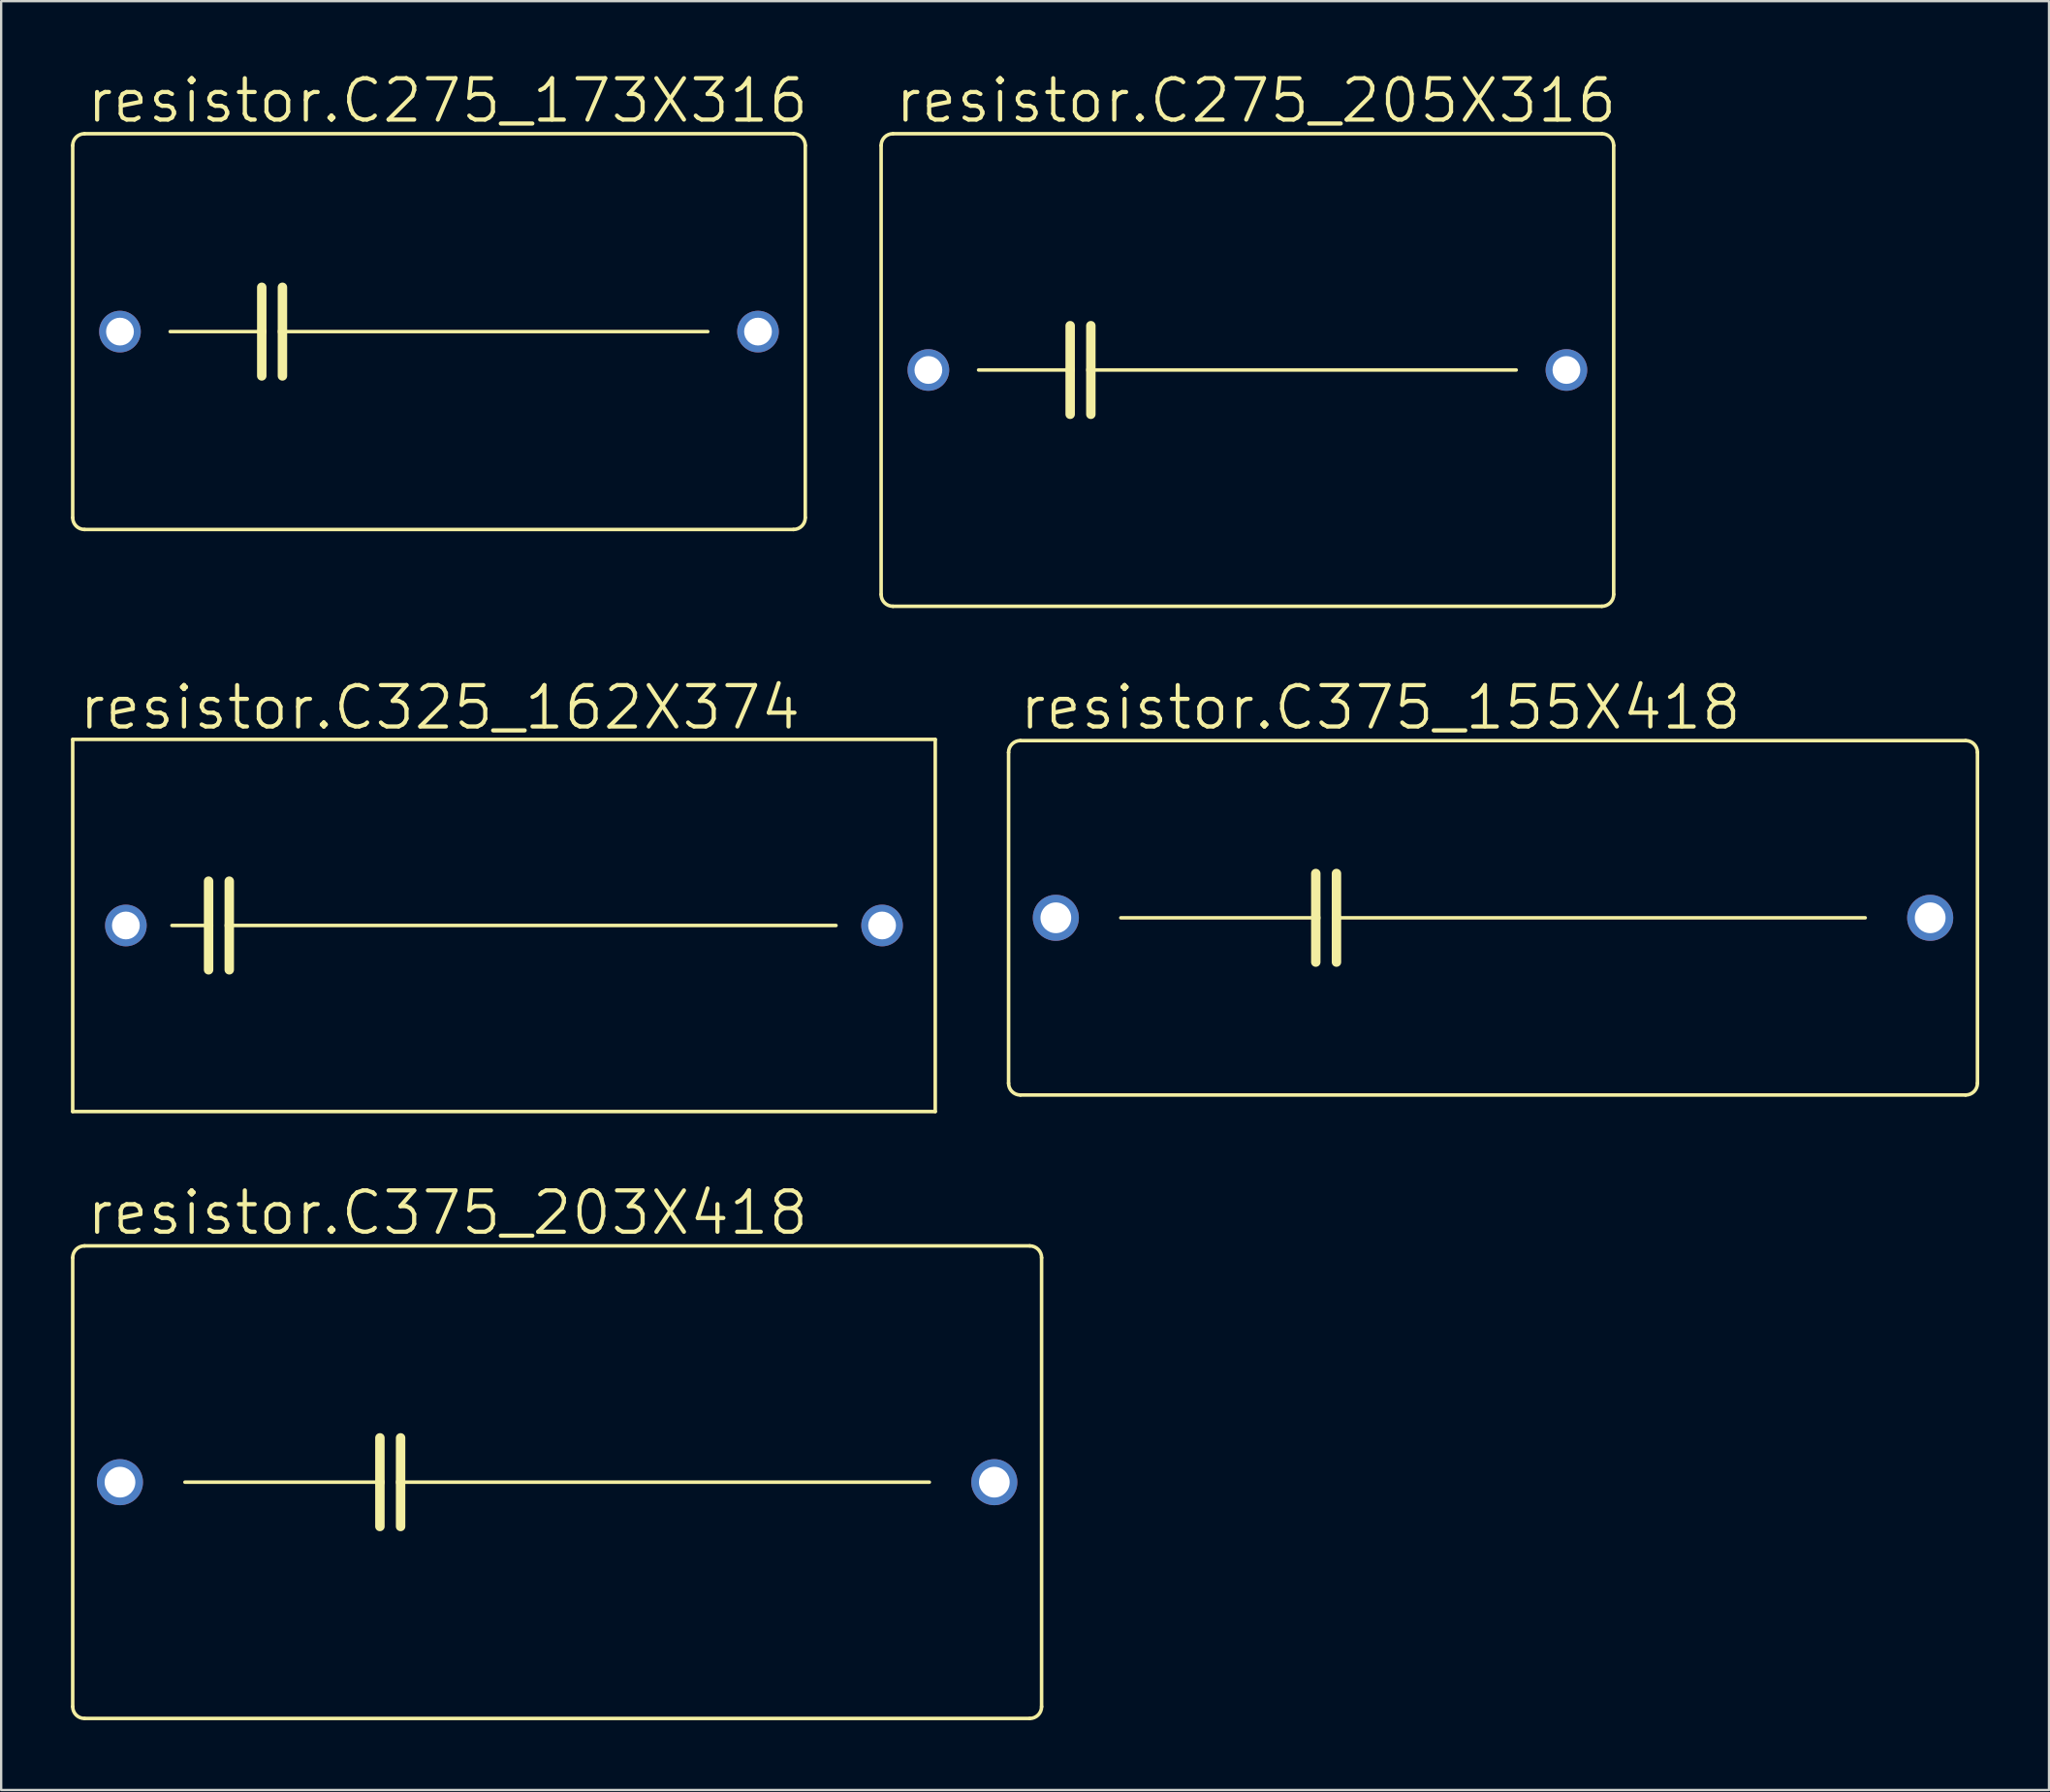
<source format=kicad_pcb>
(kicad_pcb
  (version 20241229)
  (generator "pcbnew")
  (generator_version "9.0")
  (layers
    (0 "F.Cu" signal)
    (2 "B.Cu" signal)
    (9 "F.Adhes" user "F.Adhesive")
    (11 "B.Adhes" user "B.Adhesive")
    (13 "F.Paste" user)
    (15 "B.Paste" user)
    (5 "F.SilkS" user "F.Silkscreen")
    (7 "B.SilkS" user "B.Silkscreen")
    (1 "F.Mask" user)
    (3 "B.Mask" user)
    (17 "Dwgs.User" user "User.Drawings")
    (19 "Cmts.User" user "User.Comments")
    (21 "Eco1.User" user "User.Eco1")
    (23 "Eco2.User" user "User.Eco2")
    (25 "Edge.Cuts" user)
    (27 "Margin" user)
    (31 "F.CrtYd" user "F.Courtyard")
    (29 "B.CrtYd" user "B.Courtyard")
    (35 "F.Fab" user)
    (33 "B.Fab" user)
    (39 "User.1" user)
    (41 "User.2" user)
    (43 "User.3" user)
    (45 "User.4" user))
  (footprint "resistor.C325_162X374"
    (layer "F.Cu")
    (at 18.618 36.744)
    (property "Reference" "resistor.C325_162X374" (at -18.364 -8.331 0) (layer "F.SilkS") (effects (font (size 1.778 1.778) (thickness 0.18)) (justify left bottom)))
    (attr through_hole)
    (fp_line (start -18.542 -8.001) (end -18.542 8.001) (stroke (width 0.152) (type default)) (layer "F.SilkS"))
    (fp_line (start -18.542 8.001) (end 18.542 8.001) (stroke (width 0.152) (type default)) (layer "F.SilkS"))
    (fp_line (start -14.275 0) (end -12.7 0) (stroke (width 0.152) (type default)) (layer "F.SilkS"))
    (fp_line (start -12.7 -1.905) (end -12.7 0) (stroke (width 0.406) (type default)) (layer "F.SilkS"))
    (fp_line (start -12.7 0) (end -12.7 1.905) (stroke (width 0.406) (type default)) (layer "F.SilkS"))
    (fp_line (start -11.811 -1.905) (end -11.811 0) (stroke (width 0.406) (type default)) (layer "F.SilkS"))
    (fp_line (start -11.811 0) (end -11.811 1.905) (stroke (width 0.406) (type default)) (layer "F.SilkS"))
    (fp_line (start -11.811 0) (end 14.275 0) (stroke (width 0.152) (type default)) (layer "F.SilkS"))
    (fp_line (start 18.542 -8.001) (end -18.542 -8.001) (stroke (width 0.152) (type default)) (layer "F.SilkS"))
    (fp_line (start 18.542 -8.001) (end 18.542 8.001) (stroke (width 0.152) (type default)) (layer "F.SilkS"))
    (pad "1" thru_hole circle (at -16.256 0) (size 1.791 1.791) (drill 1.194) (layers "*.Cu" "*.Mask"))
    (pad "2" thru_hole circle (at 16.256 0) (size 1.791 1.791) (drill 1.194) (layers "*.Cu" "*.Mask")))
  (footprint "resistor.C275_173X316"
    (layer "F.Cu")
    (at 15.824 11.208)
    (property "Reference" "resistor.C275_173X316" (at -15.24 -8.89 0) (layer "F.SilkS") (effects (font (size 1.778 1.778) (thickness 0.18)) (justify left bottom)))
    (attr through_hole)
    (fp_line (start -15.748 8.001) (end -15.748 -8.001) (stroke (width 0.152) (type default)) (layer "F.SilkS"))
    (fp_line (start -15.24 -8.509) (end 15.24 -8.509) (stroke (width 0.152) (type default)) (layer "F.SilkS"))
    (fp_line (start -11.557 0) (end -7.62 0) (stroke (width 0.152) (type default)) (layer "F.SilkS"))
    (fp_line (start -7.62 -1.905) (end -7.62 0) (stroke (width 0.406) (type default)) (layer "F.SilkS"))
    (fp_line (start -7.62 0) (end -7.62 1.905) (stroke (width 0.406) (type default)) (layer "F.SilkS"))
    (fp_line (start -6.731 -1.905) (end -6.731 0) (stroke (width 0.406) (type default)) (layer "F.SilkS"))
    (fp_line (start -6.731 0) (end -6.731 1.905) (stroke (width 0.406) (type default)) (layer "F.SilkS"))
    (fp_line (start -6.731 0) (end 11.557 0) (stroke (width 0.152) (type default)) (layer "F.SilkS"))
    (fp_line (start 15.24 8.509) (end -15.24 8.509) (stroke (width 0.152) (type default)) (layer "F.SilkS"))
    (fp_line (start 15.748 -8.001) (end 15.748 8.001) (stroke (width 0.152) (type default)) (layer "F.SilkS"))
    (fp_arc (start -15.748 -8.001) (mid -15.59921 -8.36021) (end -15.24 -8.509) (stroke (width 0.1524) (type default)) (layer "F.SilkS"))
    (fp_arc (start -15.24 8.509) (mid -15.59921 8.36021) (end -15.748 8.001) (stroke (width 0.1524) (type default)) (layer "F.SilkS"))
    (fp_arc (start 15.24 -8.509) (mid 15.59921 -8.36021) (end 15.748 -8.001) (stroke (width 0.1524) (type default)) (layer "F.SilkS"))
    (fp_arc (start 15.748 8.001) (mid 15.59921 8.36021) (end 15.24 8.509) (stroke (width 0.1524) (type default)) (layer "F.SilkS"))
    (pad "1" thru_hole circle (at -13.716 0) (size 1.791 1.791) (drill 1.194) (layers "*.Cu" "*.Mask"))
    (pad "2" thru_hole circle (at 13.716 0) (size 1.791 1.791) (drill 1.194) (layers "*.Cu" "*.Mask")))
  (footprint "resistor.C275_205X316"
    (layer "F.Cu")
    (at 50.581 12.859)
    (property "Reference" "resistor.C275_205X316" (at -15.24 -10.541 0) (layer "F.SilkS") (effects (font (size 1.778 1.778) (thickness 0.18)) (justify left bottom)))
    (attr through_hole)
    (fp_line (start -15.748 9.652) (end -15.748 -9.652) (stroke (width 0.152) (type default)) (layer "F.SilkS"))
    (fp_line (start -15.24 -10.16) (end 15.24 -10.16) (stroke (width 0.152) (type default)) (layer "F.SilkS"))
    (fp_line (start -11.557 0) (end -7.62 0) (stroke (width 0.152) (type default)) (layer "F.SilkS"))
    (fp_line (start -7.62 -1.905) (end -7.62 0) (stroke (width 0.406) (type default)) (layer "F.SilkS"))
    (fp_line (start -7.62 0) (end -7.62 1.905) (stroke (width 0.406) (type default)) (layer "F.SilkS"))
    (fp_line (start -6.731 -1.905) (end -6.731 0) (stroke (width 0.406) (type default)) (layer "F.SilkS"))
    (fp_line (start -6.731 0) (end -6.731 1.905) (stroke (width 0.406) (type default)) (layer "F.SilkS"))
    (fp_line (start -6.731 0) (end 11.557 0) (stroke (width 0.152) (type default)) (layer "F.SilkS"))
    (fp_line (start 15.24 10.16) (end -15.24 10.16) (stroke (width 0.152) (type default)) (layer "F.SilkS"))
    (fp_line (start 15.748 -9.652) (end 15.748 9.652) (stroke (width 0.152) (type default)) (layer "F.SilkS"))
    (fp_arc (start -15.748 -9.652) (mid -15.59921 -10.01121) (end -15.24 -10.16) (stroke (width 0.1524) (type default)) (layer "F.SilkS"))
    (fp_arc (start -15.24 10.16) (mid -15.59921 10.01121) (end -15.748 9.652) (stroke (width 0.1524) (type default)) (layer "F.SilkS"))
    (fp_arc (start 15.24 -10.16) (mid 15.59921 -10.01121) (end 15.748 -9.652) (stroke (width 0.1524) (type default)) (layer "F.SilkS"))
    (fp_arc (start 15.748 9.652) (mid 15.59921 10.01121) (end 15.24 10.16) (stroke (width 0.1524) (type default)) (layer "F.SilkS"))
    (pad "1" thru_hole circle (at -13.716 0) (size 1.791 1.791) (drill 1.194) (layers "*.Cu" "*.Mask"))
    (pad "2" thru_hole circle (at 13.716 0) (size 1.791 1.791) (drill 1.194) (layers "*.Cu" "*.Mask")))
  (footprint "resistor.C375_155X418"
    (layer "F.Cu")
    (at 61.141 36.414)
    (property "Reference" "resistor.C375_155X418" (at -20.447 -8.001 0) (layer "F.SilkS") (effects (font (size 1.778 1.778) (thickness 0.18)) (justify left bottom)))
    (attr through_hole)
    (fp_line (start -20.828 7.112) (end -20.828 -7.112) (stroke (width 0.152) (type default)) (layer "F.SilkS"))
    (fp_line (start -20.32 -7.62) (end 20.32 -7.62) (stroke (width 0.152) (type default)) (layer "F.SilkS"))
    (fp_line (start -16.002 0) (end -7.62 0) (stroke (width 0.152) (type default)) (layer "F.SilkS"))
    (fp_line (start -7.62 -1.905) (end -7.62 0) (stroke (width 0.406) (type default)) (layer "F.SilkS"))
    (fp_line (start -7.62 0) (end -7.62 1.905) (stroke (width 0.406) (type default)) (layer "F.SilkS"))
    (fp_line (start -6.731 -1.905) (end -6.731 0) (stroke (width 0.406) (type default)) (layer "F.SilkS"))
    (fp_line (start -6.731 0) (end -6.731 1.905) (stroke (width 0.406) (type default)) (layer "F.SilkS"))
    (fp_line (start -6.731 0) (end 16.002 0) (stroke (width 0.152) (type default)) (layer "F.SilkS"))
    (fp_line (start 20.32 7.62) (end -20.32 7.62) (stroke (width 0.152) (type default)) (layer "F.SilkS"))
    (fp_line (start 20.828 -7.112) (end 20.828 7.112) (stroke (width 0.152) (type default)) (layer "F.SilkS"))
    (fp_arc (start -20.828 -7.112) (mid -20.67921 -7.47121) (end -20.32 -7.62) (stroke (width 0.1524) (type default)) (layer "F.SilkS"))
    (fp_arc (start -20.32 7.62) (mid -20.67921 7.47121) (end -20.828 7.112) (stroke (width 0.1524) (type default)) (layer "F.SilkS"))
    (fp_arc (start 20.32 -7.62) (mid 20.67921 -7.47121) (end 20.828 -7.112) (stroke (width 0.1524) (type default)) (layer "F.SilkS"))
    (fp_arc (start 20.828 7.112) (mid 20.67921 7.47121) (end 20.32 7.62) (stroke (width 0.1524) (type default)) (layer "F.SilkS"))
    (pad "1" thru_hole circle (at -18.796 0) (size 1.981 1.981) (drill 1.321) (layers "*.Cu" "*.Mask"))
    (pad "2" thru_hole circle (at 18.796 0) (size 1.981 1.981) (drill 1.321) (layers "*.Cu" "*.Mask")))
  (footprint "resistor.C375_203X418"
    (layer "F.Cu")
    (at 20.904 60.681)
    (property "Reference" "resistor.C375_203X418" (at -20.32 -10.541 0) (layer "F.SilkS") (effects (font (size 1.778 1.778) (thickness 0.18)) (justify left bottom)))
    (attr through_hole)
    (fp_line (start -20.828 9.652) (end -20.828 -9.652) (stroke (width 0.152) (type default)) (layer "F.SilkS"))
    (fp_line (start -20.32 -10.16) (end 20.32 -10.16) (stroke (width 0.152) (type default)) (layer "F.SilkS"))
    (fp_line (start -16.002 0) (end -7.62 0) (stroke (width 0.152) (type default)) (layer "F.SilkS"))
    (fp_line (start -7.62 -1.905) (end -7.62 0) (stroke (width 0.406) (type default)) (layer "F.SilkS"))
    (fp_line (start -7.62 0) (end -7.62 1.905) (stroke (width 0.406) (type default)) (layer "F.SilkS"))
    (fp_line (start -6.731 -1.905) (end -6.731 0) (stroke (width 0.406) (type default)) (layer "F.SilkS"))
    (fp_line (start -6.731 0) (end -6.731 1.905) (stroke (width 0.406) (type default)) (layer "F.SilkS"))
    (fp_line (start -6.731 0) (end 16.002 0) (stroke (width 0.152) (type default)) (layer "F.SilkS"))
    (fp_line (start 20.32 10.16) (end -20.32 10.16) (stroke (width 0.152) (type default)) (layer "F.SilkS"))
    (fp_line (start 20.828 -9.652) (end 20.828 9.652) (stroke (width 0.152) (type default)) (layer "F.SilkS"))
    (fp_arc (start -20.828 -9.652) (mid -20.67921 -10.01121) (end -20.32 -10.16) (stroke (width 0.1524) (type default)) (layer "F.SilkS"))
    (fp_arc (start -20.32 10.16) (mid -20.67921 10.01121) (end -20.828 9.652) (stroke (width 0.1524) (type default)) (layer "F.SilkS"))
    (fp_arc (start 20.32 -10.16) (mid 20.67921 -10.01121) (end 20.828 -9.652) (stroke (width 0.1524) (type default)) (layer "F.SilkS"))
    (fp_arc (start 20.828 9.652) (mid 20.67921 10.01121) (end 20.32 10.16) (stroke (width 0.1524) (type default)) (layer "F.SilkS"))
    (pad "1" thru_hole circle (at -18.796 0) (size 1.981 1.981) (drill 1.321) (layers "*.Cu" "*.Mask"))
    (pad "2" thru_hole circle (at 18.796 0) (size 1.981 1.981) (drill 1.321) (layers "*.Cu" "*.Mask")))
  (gr_rect
    (start -3 -3)
    (end 85.045 73.917)
    (stroke (width 0.1) (type default))
    (fill no)
    (layer "Edge.Cuts")))
</source>
